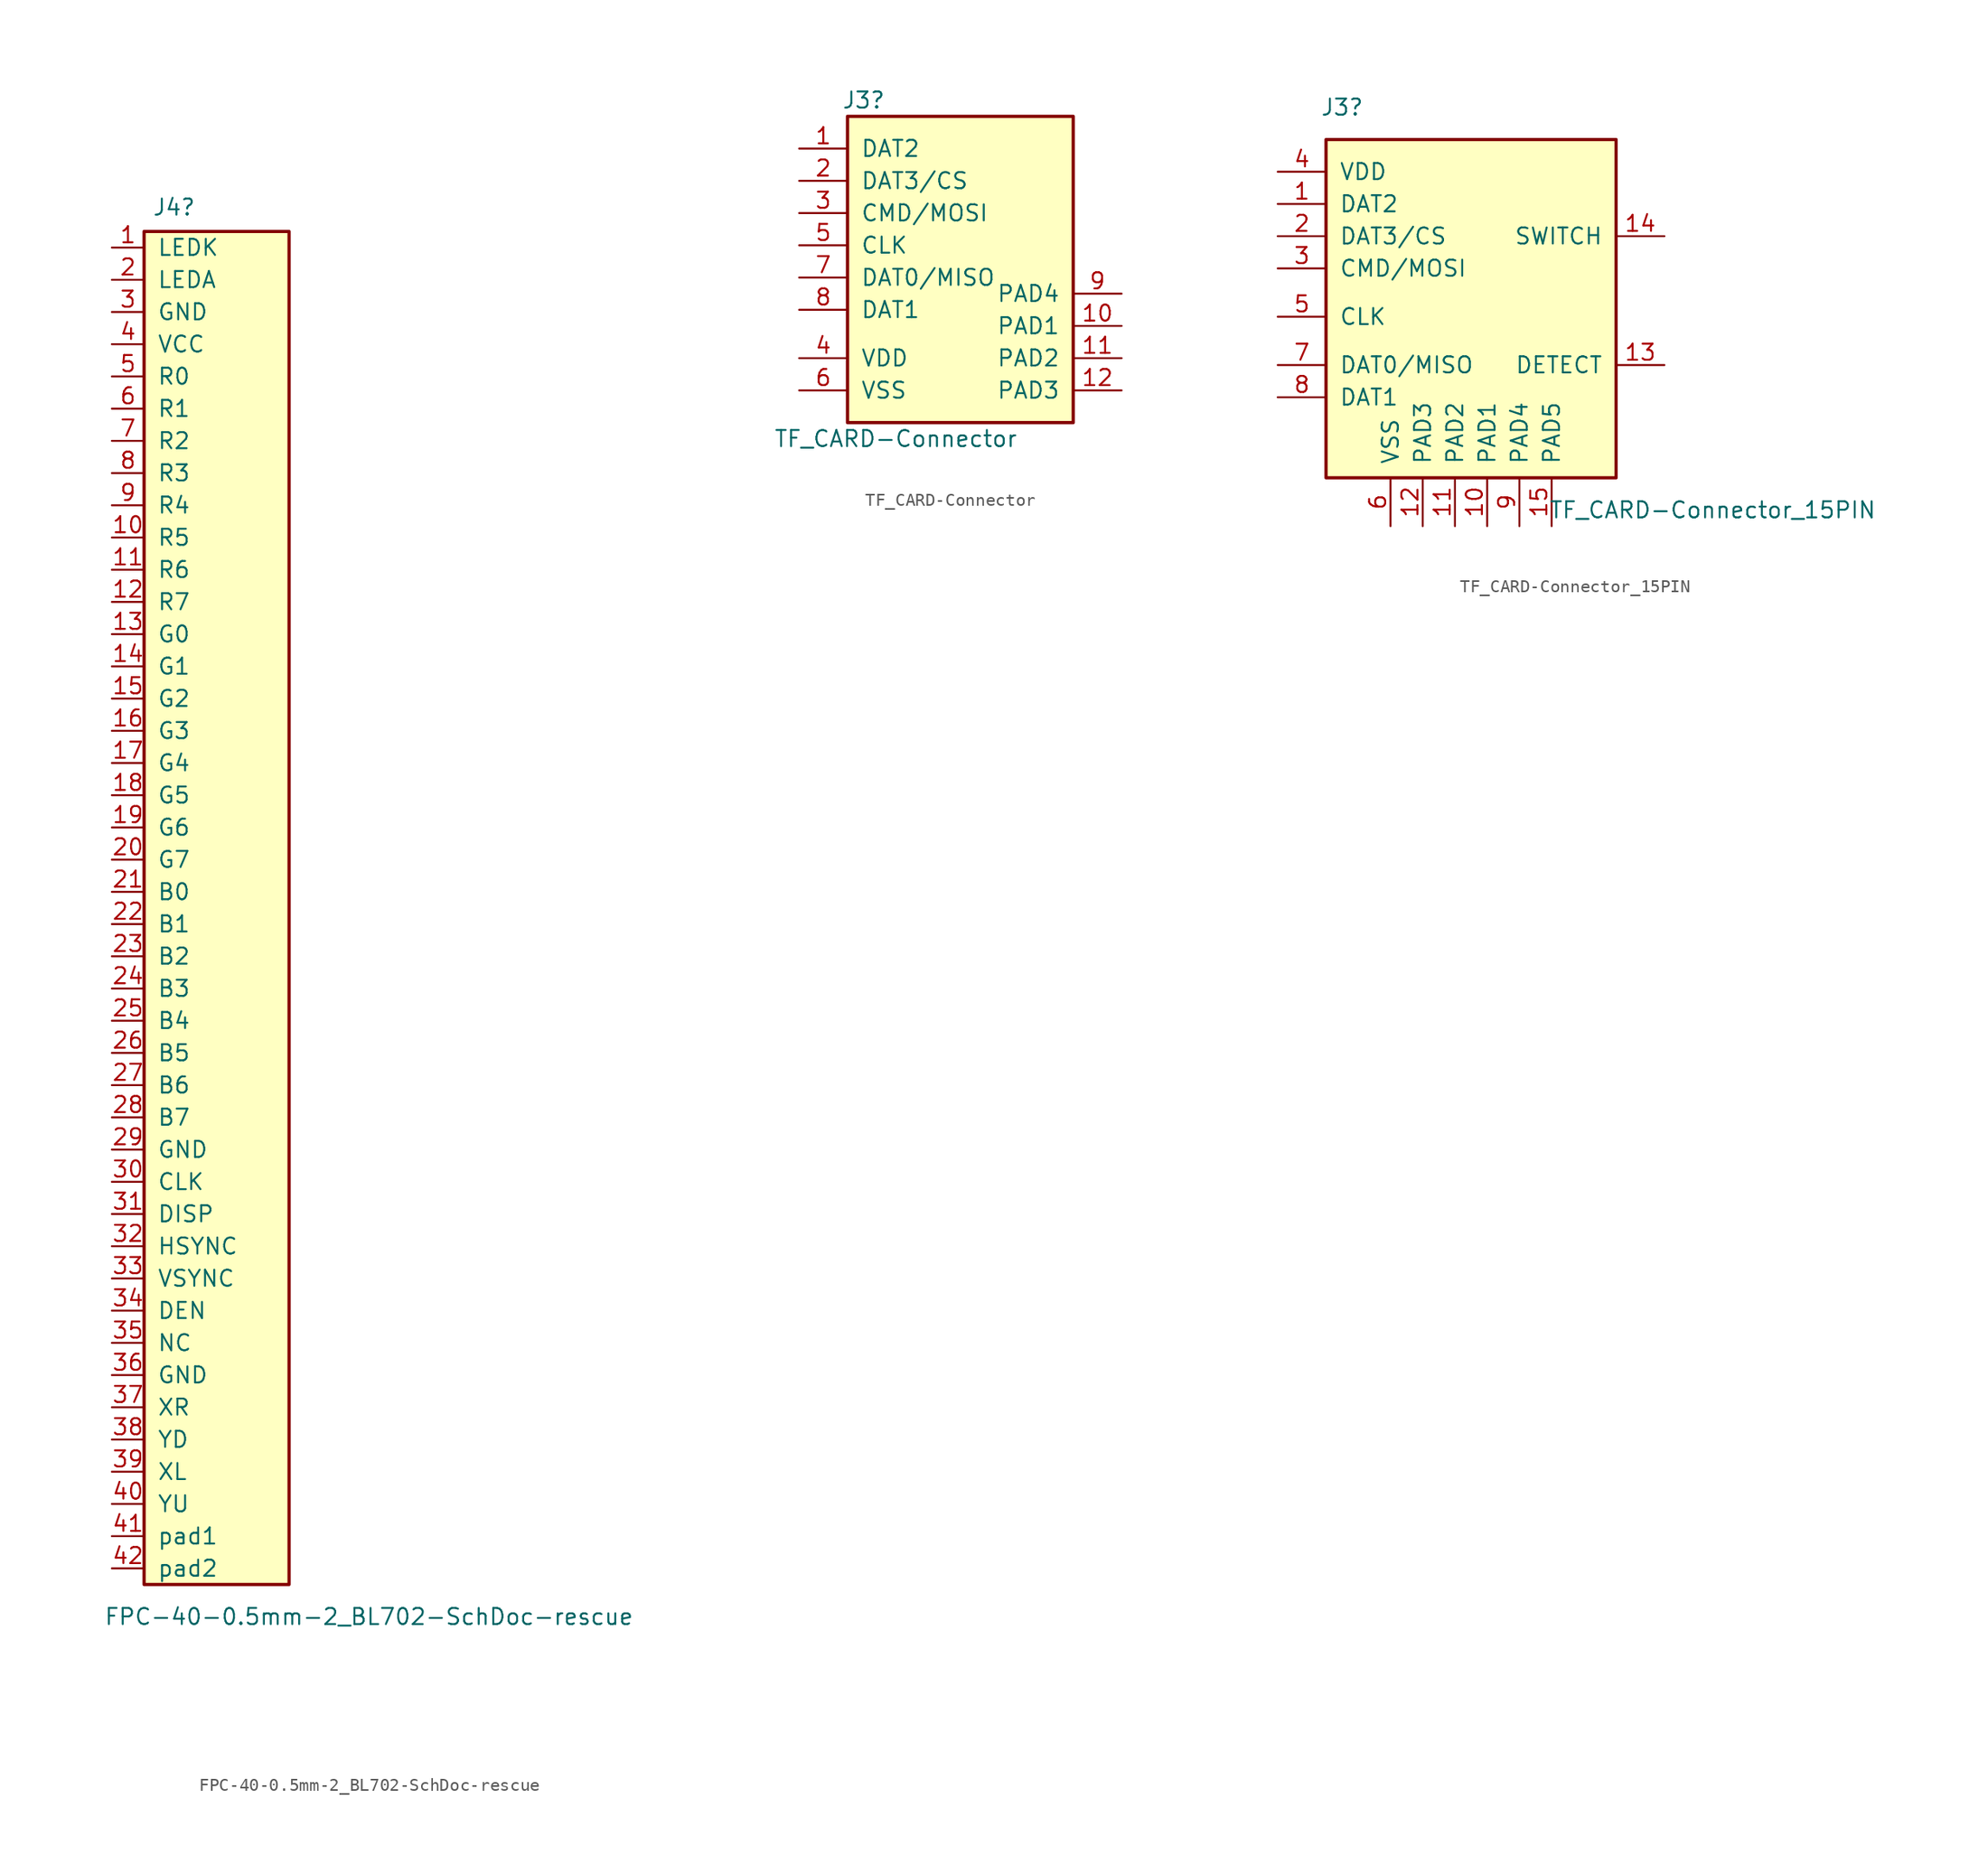
<source format=kicad_sym>
(kicad_symbol_lib
  (version 20211014)
  (generator kicad_symbol_editor)
  (symbol "FPC-40-0.5mm-2_BL702-SchDoc-rescue"
    (pin_names
      (offset 1.016))
    (property "Reference" "J4"
      (at -12.065 46.355 0)
      (effects (font (size 1.27 1.27)) (justify left)))
    (property "Value" "FPC-40-0.5mm-2_BL702-SchDoc-rescue"
      (at -15.875 -64.77 0)
      (effects (font (size 1.27 1.27)) (justify left)))
    (symbol "FPC-40-0.5mm-2_BL702-SchDoc-rescue_0_0"
      (pin bidirectional line (at -15.24 43.18 0) (length 2.54) (name "LEDK" (effects (font (size 1.27 1.27)))) (number "1" (effects (font (size 1.27 1.27)))))
      (pin bidirectional line (at -15.24 20.32 0) (length 2.54) (name "R5" (effects (font (size 1.27 1.27)))) (number "10" (effects (font (size 1.27 1.27)))))
      (pin bidirectional line (at -15.24 17.78 0) (length 2.54) (name "R6" (effects (font (size 1.27 1.27)))) (number "11" (effects (font (size 1.27 1.27)))))
      (pin bidirectional line (at -15.24 15.24 0) (length 2.54) (name "R7" (effects (font (size 1.27 1.27)))) (number "12" (effects (font (size 1.27 1.27)))))
      (pin bidirectional line (at -15.24 12.7 0) (length 2.54) (name "G0" (effects (font (size 1.27 1.27)))) (number "13" (effects (font (size 1.27 1.27)))))
      (pin bidirectional line (at -15.24 10.16 0) (length 2.54) (name "G1" (effects (font (size 1.27 1.27)))) (number "14" (effects (font (size 1.27 1.27)))))
      (pin bidirectional line (at -15.24 7.62 0) (length 2.54) (name "G2" (effects (font (size 1.27 1.27)))) (number "15" (effects (font (size 1.27 1.27)))))
      (pin bidirectional line (at -15.24 5.08 0) (length 2.54) (name "G3" (effects (font (size 1.27 1.27)))) (number "16" (effects (font (size 1.27 1.27)))))
      (pin bidirectional line (at -15.24 2.54 0) (length 2.54) (name "G4" (effects (font (size 1.27 1.27)))) (number "17" (effects (font (size 1.27 1.27)))))
      (pin bidirectional line (at -15.24 0 0) (length 2.54) (name "G5" (effects (font (size 1.27 1.27)))) (number "18" (effects (font (size 1.27 1.27)))))
      (pin bidirectional line (at -15.24 -2.54 0) (length 2.54) (name "G6" (effects (font (size 1.27 1.27)))) (number "19" (effects (font (size 1.27 1.27)))))
      (pin bidirectional line (at -15.24 40.64 0) (length 2.54) (name "LEDA" (effects (font (size 1.27 1.27)))) (number "2" (effects (font (size 1.27 1.27)))))
      (pin bidirectional line (at -15.24 -5.08 0) (length 2.54) (name "G7" (effects (font (size 1.27 1.27)))) (number "20" (effects (font (size 1.27 1.27)))))
      (pin bidirectional line (at -15.24 -7.62 0) (length 2.54) (name "B0" (effects (font (size 1.27 1.27)))) (number "21" (effects (font (size 1.27 1.27)))))
      (pin bidirectional line (at -15.24 -10.16 0) (length 2.54) (name "B1" (effects (font (size 1.27 1.27)))) (number "22" (effects (font (size 1.27 1.27)))))
      (pin bidirectional line (at -15.24 -12.7 0) (length 2.54) (name "B2" (effects (font (size 1.27 1.27)))) (number "23" (effects (font (size 1.27 1.27)))))
      (pin bidirectional line (at -15.24 -15.24 0) (length 2.54) (name "B3" (effects (font (size 1.27 1.27)))) (number "24" (effects (font (size 1.27 1.27)))))
      (pin bidirectional line (at -15.24 -17.78 0) (length 2.54) (name "B4" (effects (font (size 1.27 1.27)))) (number "25" (effects (font (size 1.27 1.27)))))
      (pin bidirectional line (at -15.24 -20.32 0) (length 2.54) (name "B5" (effects (font (size 1.27 1.27)))) (number "26" (effects (font (size 1.27 1.27)))))
      (pin bidirectional line (at -15.24 -22.86 0) (length 2.54) (name "B6" (effects (font (size 1.27 1.27)))) (number "27" (effects (font (size 1.27 1.27)))))
      (pin bidirectional line (at -15.24 -25.4 0) (length 2.54) (name "B7" (effects (font (size 1.27 1.27)))) (number "28" (effects (font (size 1.27 1.27)))))
      (pin bidirectional line (at -15.24 -27.94 0) (length 2.54) (name "GND" (effects (font (size 1.27 1.27)))) (number "29" (effects (font (size 1.27 1.27)))))
      (pin bidirectional line (at -15.24 38.1 0) (length 2.54) (name "GND" (effects (font (size 1.27 1.27)))) (number "3" (effects (font (size 1.27 1.27)))))
      (pin bidirectional line (at -15.24 -30.48 0) (length 2.54) (name "CLK" (effects (font (size 1.27 1.27)))) (number "30" (effects (font (size 1.27 1.27)))))
      (pin bidirectional line (at -15.24 -33.02 0) (length 2.54) (name "DISP" (effects (font (size 1.27 1.27)))) (number "31" (effects (font (size 1.27 1.27)))))
      (pin bidirectional line (at -15.24 -35.56 0) (length 2.54) (name "HSYNC" (effects (font (size 1.27 1.27)))) (number "32" (effects (font (size 1.27 1.27)))))
      (pin bidirectional line (at -15.24 -38.1 0) (length 2.54) (name "VSYNC" (effects (font (size 1.27 1.27)))) (number "33" (effects (font (size 1.27 1.27)))))
      (pin bidirectional line (at -15.24 -40.64 0) (length 2.54) (name "DEN" (effects (font (size 1.27 1.27)))) (number "34" (effects (font (size 1.27 1.27)))))
      (pin bidirectional line (at -15.24 -43.18 0) (length 2.54) (name "NC" (effects (font (size 1.27 1.27)))) (number "35" (effects (font (size 1.27 1.27)))))
      (pin bidirectional line (at -15.24 -45.72 0) (length 2.54) (name "GND" (effects (font (size 1.27 1.27)))) (number "36" (effects (font (size 1.27 1.27)))))
      (pin bidirectional line (at -15.24 -48.26 0) (length 2.54) (name "XR" (effects (font (size 1.27 1.27)))) (number "37" (effects (font (size 1.27 1.27)))))
      (pin bidirectional line (at -15.24 -50.8 0) (length 2.54) (name "YD" (effects (font (size 1.27 1.27)))) (number "38" (effects (font (size 1.27 1.27)))))
      (pin bidirectional line (at -15.24 -53.34 0) (length 2.54) (name "XL" (effects (font (size 1.27 1.27)))) (number "39" (effects (font (size 1.27 1.27)))))
      (pin bidirectional line (at -15.24 35.56 0) (length 2.54) (name "VCC" (effects (font (size 1.27 1.27)))) (number "4" (effects (font (size 1.27 1.27)))))
      (pin bidirectional line (at -15.24 -55.88 0) (length 2.54) (name "YU" (effects (font (size 1.27 1.27)))) (number "40" (effects (font (size 1.27 1.27)))))
      (pin bidirectional line (at -15.24 -58.42 0) (length 2.54) (name "pad1" (effects (font (size 1.27 1.27)))) (number "41" (effects (font (size 1.27 1.27)))))
      (pin bidirectional line (at -15.24 -60.96 0) (length 2.54) (name "pad2" (effects (font (size 1.27 1.27)))) (number "42" (effects (font (size 1.27 1.27)))))
      (pin bidirectional line (at -15.24 33.02 0) (length 2.54) (name "R0" (effects (font (size 1.27 1.27)))) (number "5" (effects (font (size 1.27 1.27)))))
      (pin bidirectional line (at -15.24 30.48 0) (length 2.54) (name "R1" (effects (font (size 1.27 1.27)))) (number "6" (effects (font (size 1.27 1.27)))))
      (pin bidirectional line (at -15.24 27.94 0) (length 2.54) (name "R2" (effects (font (size 1.27 1.27)))) (number "7" (effects (font (size 1.27 1.27)))))
      (pin bidirectional line (at -15.24 25.4 0) (length 2.54) (name "R3" (effects (font (size 1.27 1.27)))) (number "8" (effects (font (size 1.27 1.27)))))
      (pin bidirectional line (at -15.24 22.86 0) (length 2.54) (name "R4" (effects (font (size 1.27 1.27)))) (number "9" (effects (font (size 1.27 1.27))))))
    (symbol "FPC-40-0.5mm-2_BL702-SchDoc-rescue_0_1"
      (rectangle (start -1.27 44.45) (end -12.7 -62.23) (stroke (width 0.254) (type default) (color 0 0 0 0)) (fill (type background)))))
  (symbol "TF_CARD-Connector"
    (pin_names
      (offset 1.016))
    (property "Reference" "J3"
      (at -3.81 -6.35 0)
      (effects (font (size 1.27 1.27))))
    (property "Value" "TF_CARD-Connector"
      (at -1.27 -33.02 0)
      (effects (font (size 1.27 1.27))))
    (symbol "TF_CARD-Connector_0_0"
      (pin passive line (at 16.51 -24.13 180) (length 3.81) (name "PAD1" (effects (font (size 1.27 1.27)))) (number "10" (effects (font (size 1.27 1.27)))))
      (pin passive line (at 16.51 -26.67 180) (length 3.81) (name "PAD2" (effects (font (size 1.27 1.27)))) (number "11" (effects (font (size 1.27 1.27)))))
      (pin passive line (at 16.51 -29.21 180) (length 3.81) (name "PAD3" (effects (font (size 1.27 1.27)))) (number "12" (effects (font (size 1.27 1.27))))))
    (symbol "TF_CARD-Connector_1_1"
      (polyline (pts (xy 12.7 -31.75) (xy 12.7 -7.62) (xy -5.08 -7.62) (xy -5.08 -31.75) (xy 12.7 -31.75)) (stroke (width 0.254) (type default) (color 0 0 0 0)) (fill (type background)))
      (pin bidirectional line (at -8.89 -10.16 0) (length 3.81) (name "DAT2" (effects (font (size 1.27 1.27)))) (number "1" (effects (font (size 1.27 1.27)))))
      (pin bidirectional line (at -8.89 -12.7 0) (length 3.81) (name "DAT3/CS" (effects (font (size 1.27 1.27)))) (number "2" (effects (font (size 1.27 1.27)))))
      (pin input line (at -8.89 -15.24 0) (length 3.81) (name "CMD/MOSI" (effects (font (size 1.27 1.27)))) (number "3" (effects (font (size 1.27 1.27)))))
      (pin power_in line (at -8.89 -26.67 0) (length 3.81) (name "VDD" (effects (font (size 1.27 1.27)))) (number "4" (effects (font (size 1.27 1.27)))))
      (pin input line (at -8.89 -17.78 0) (length 3.81) (name "CLK" (effects (font (size 1.27 1.27)))) (number "5" (effects (font (size 1.27 1.27)))))
      (pin power_in line (at -8.89 -29.21 0) (length 3.81) (name "VSS" (effects (font (size 1.27 1.27)))) (number "6" (effects (font (size 1.27 1.27)))))
      (pin bidirectional line (at -8.89 -20.32 0) (length 3.81) (name "DAT0/MISO" (effects (font (size 1.27 1.27)))) (number "7" (effects (font (size 1.27 1.27)))))
      (pin bidirectional line (at -8.89 -22.86 0) (length 3.81) (name "DAT1" (effects (font (size 1.27 1.27)))) (number "8" (effects (font (size 1.27 1.27)))))
      (pin passive line (at 16.51 -21.59 180) (length 3.81) (name "PAD4" (effects (font (size 1.27 1.27)))) (number "9" (effects (font (size 1.27 1.27)))))))
  (symbol "TF_CARD-Connector_15PIN"
    (pin_names
      (offset 1.016))
    (property "Reference" "J3"
      (at -8.89 2.54 0)
      (effects (font (size 1.27 1.27))))
    (property "Value" "TF_CARD-Connector_15PIN"
      (at 20.32 -29.21 0)
      (effects (font (size 1.27 1.27))))
    (symbol "TF_CARD-Connector_15PIN_0_0"
      (pin passive line (at 2.54 -30.48 90) (length 3.81) (name "PAD1" (effects (font (size 1.27 1.27)))) (number "10" (effects (font (size 1.27 1.27)))))
      (pin passive line (at 0 -30.48 90) (length 3.81) (name "PAD2" (effects (font (size 1.27 1.27)))) (number "11" (effects (font (size 1.27 1.27)))))
      (pin passive line (at -2.54 -30.48 90) (length 3.81) (name "PAD3" (effects (font (size 1.27 1.27)))) (number "12" (effects (font (size 1.27 1.27))))))
    (symbol "TF_CARD-Connector_15PIN_1_1"
      (polyline (pts (xy 12.7 -26.67) (xy 12.7 0) (xy -10.16 0) (xy -10.16 -26.67) (xy 12.7 -26.67)) (stroke (width 0.254) (type default) (color 0 0 0 0)) (fill (type background)))
      (pin bidirectional line (at -13.97 -5.08 0) (length 3.81) (name "DAT2" (effects (font (size 1.27 1.27)))) (number "1" (effects (font (size 1.27 1.27)))))
      (pin input line (at 16.51 -17.78 180) (length 3.81) (name "DETECT" (effects (font (size 1.27 1.27)))) (number "13" (effects (font (size 1.27 1.27)))))
      (pin input line (at 16.51 -7.62 180) (length 3.81) (name "SWITCH" (effects (font (size 1.27 1.27)))) (number "14" (effects (font (size 1.27 1.27)))))
      (pin passive line (at 7.62 -30.48 90) (length 3.81) (name "PAD5" (effects (font (size 1.27 1.27)))) (number "15" (effects (font (size 1.27 1.27)))))
      (pin bidirectional line (at -13.97 -7.62 0) (length 3.81) (name "DAT3/CS" (effects (font (size 1.27 1.27)))) (number "2" (effects (font (size 1.27 1.27)))))
      (pin input line (at -13.97 -10.16 0) (length 3.81) (name "CMD/MOSI" (effects (font (size 1.27 1.27)))) (number "3" (effects (font (size 1.27 1.27)))))
      (pin power_in line (at -13.97 -2.54 0) (length 3.81) (name "VDD" (effects (font (size 1.27 1.27)))) (number "4" (effects (font (size 1.27 1.27)))))
      (pin input line (at -13.97 -13.97 0) (length 3.81) (name "CLK" (effects (font (size 1.27 1.27)))) (number "5" (effects (font (size 1.27 1.27)))))
      (pin power_in line (at -5.08 -30.48 90) (length 3.81) (name "VSS" (effects (font (size 1.27 1.27)))) (number "6" (effects (font (size 1.27 1.27)))))
      (pin bidirectional line (at -13.97 -17.78 0) (length 3.81) (name "DAT0/MISO" (effects (font (size 1.27 1.27)))) (number "7" (effects (font (size 1.27 1.27)))))
      (pin bidirectional line (at -13.97 -20.32 0) (length 3.81) (name "DAT1" (effects (font (size 1.27 1.27)))) (number "8" (effects (font (size 1.27 1.27)))))
      (pin passive line (at 5.08 -30.48 90) (length 3.81) (name "PAD4" (effects (font (size 1.27 1.27)))) (number "9" (effects (font (size 1.27 1.27))))))))
</source>
